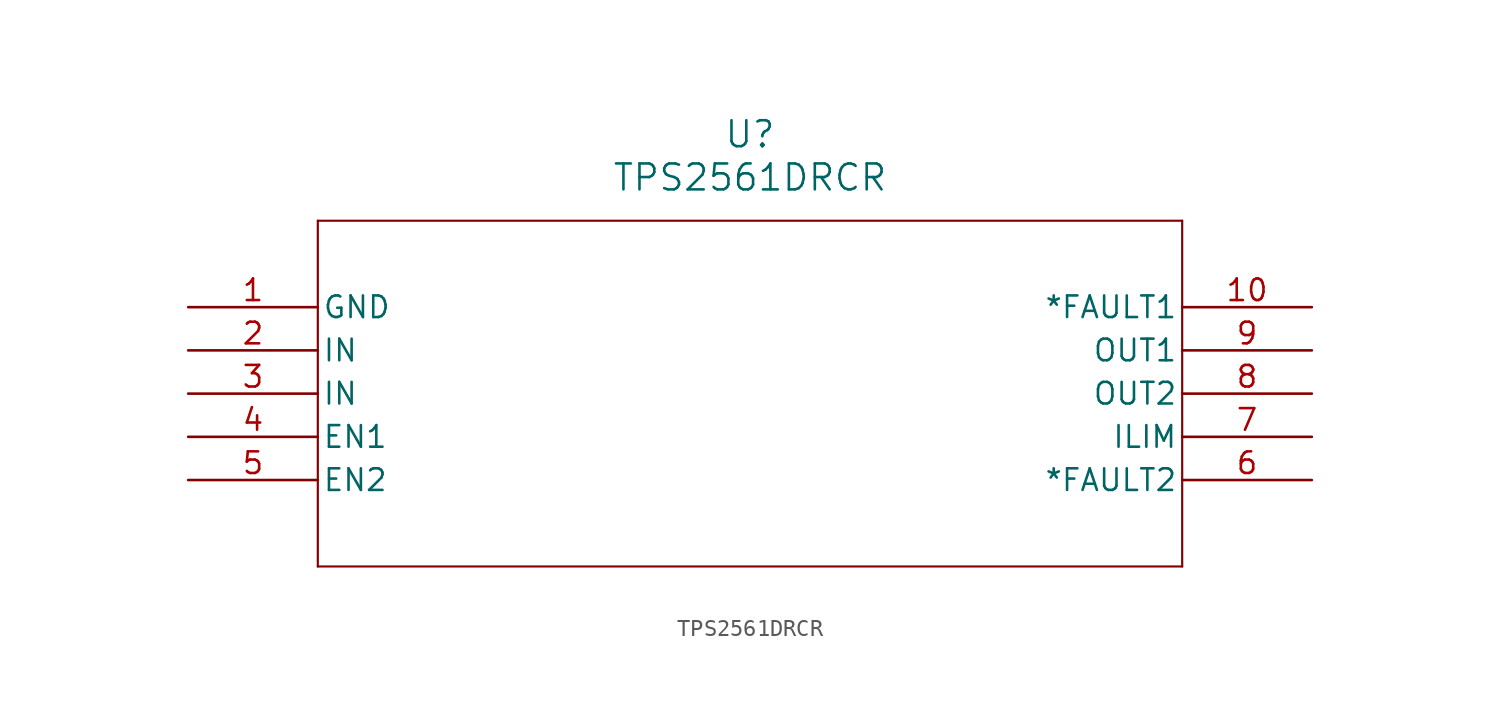
<source format=kicad_sym>
(kicad_symbol_lib
  (version 20211014)
  (generator kicad_symbol_editor)
  (symbol "TPS2561DRCR"
    (pin_names
      (offset 0.254))
    (property "Reference" "U"
      (at 33.02 10.16 0)
      (effects (font (size 1.524 1.524))))
    (property "Value" "TPS2561DRCR"
      (at 33.02 7.62 0)
      (effects (font (size 1.524 1.524))))
    (symbol "TPS2561DRCR_0_1"
      (polyline (pts (xy 7.62 5.08) (xy 7.62 -15.24)) (stroke (width 0.127) (type default) (color 0 0 0 0)) (fill (type none)))
      (polyline (pts (xy 7.62 -15.24) (xy 58.42 -15.24)) (stroke (width 0.127) (type default) (color 0 0 0 0)) (fill (type none)))
      (polyline (pts (xy 58.42 -15.24) (xy 58.42 5.08)) (stroke (width 0.127) (type default) (color 0 0 0 0)) (fill (type none)))
      (polyline (pts (xy 58.42 5.08) (xy 7.62 5.08)) (stroke (width 0.127) (type default) (color 0 0 0 0)) (fill (type none)))
      (pin power_in line (at 0 0 0) (length 7.62) (name "GND" (effects (font (size 1.27 1.27)))) (number "1" (effects (font (size 1.27 1.27)))))
      (pin input line (at 0 -2.54 0) (length 7.62) (name "IN" (effects (font (size 1.27 1.27)))) (number "2" (effects (font (size 1.27 1.27)))))
      (pin input line (at 0 -5.08 0) (length 7.62) (name "IN" (effects (font (size 1.27 1.27)))) (number "3" (effects (font (size 1.27 1.27)))))
      (pin input line (at 0 -7.62 0) (length 7.62) (name "EN1" (effects (font (size 1.27 1.27)))) (number "4" (effects (font (size 1.27 1.27)))))
      (pin input line (at 0 -10.16 0) (length 7.62) (name "EN2" (effects (font (size 1.27 1.27)))) (number "5" (effects (font (size 1.27 1.27)))))
      (pin output line (at 66.04 -10.16 180) (length 7.62) (name "*FAULT2" (effects (font (size 1.27 1.27)))) (number "6" (effects (font (size 1.27 1.27)))))
      (pin output line (at 66.04 -7.62 180) (length 7.62) (name "ILIM" (effects (font (size 1.27 1.27)))) (number "7" (effects (font (size 1.27 1.27)))))
      (pin output line (at 66.04 -5.08 180) (length 7.62) (name "OUT2" (effects (font (size 1.27 1.27)))) (number "8" (effects (font (size 1.27 1.27)))))
      (pin output line (at 66.04 -2.54 180) (length 7.62) (name "OUT1" (effects (font (size 1.27 1.27)))) (number "9" (effects (font (size 1.27 1.27)))))
      (pin output line (at 66.04 0 180) (length 7.62) (name "*FAULT1" (effects (font (size 1.27 1.27)))) (number "10" (effects (font (size 1.27 1.27))))))))
</source>
